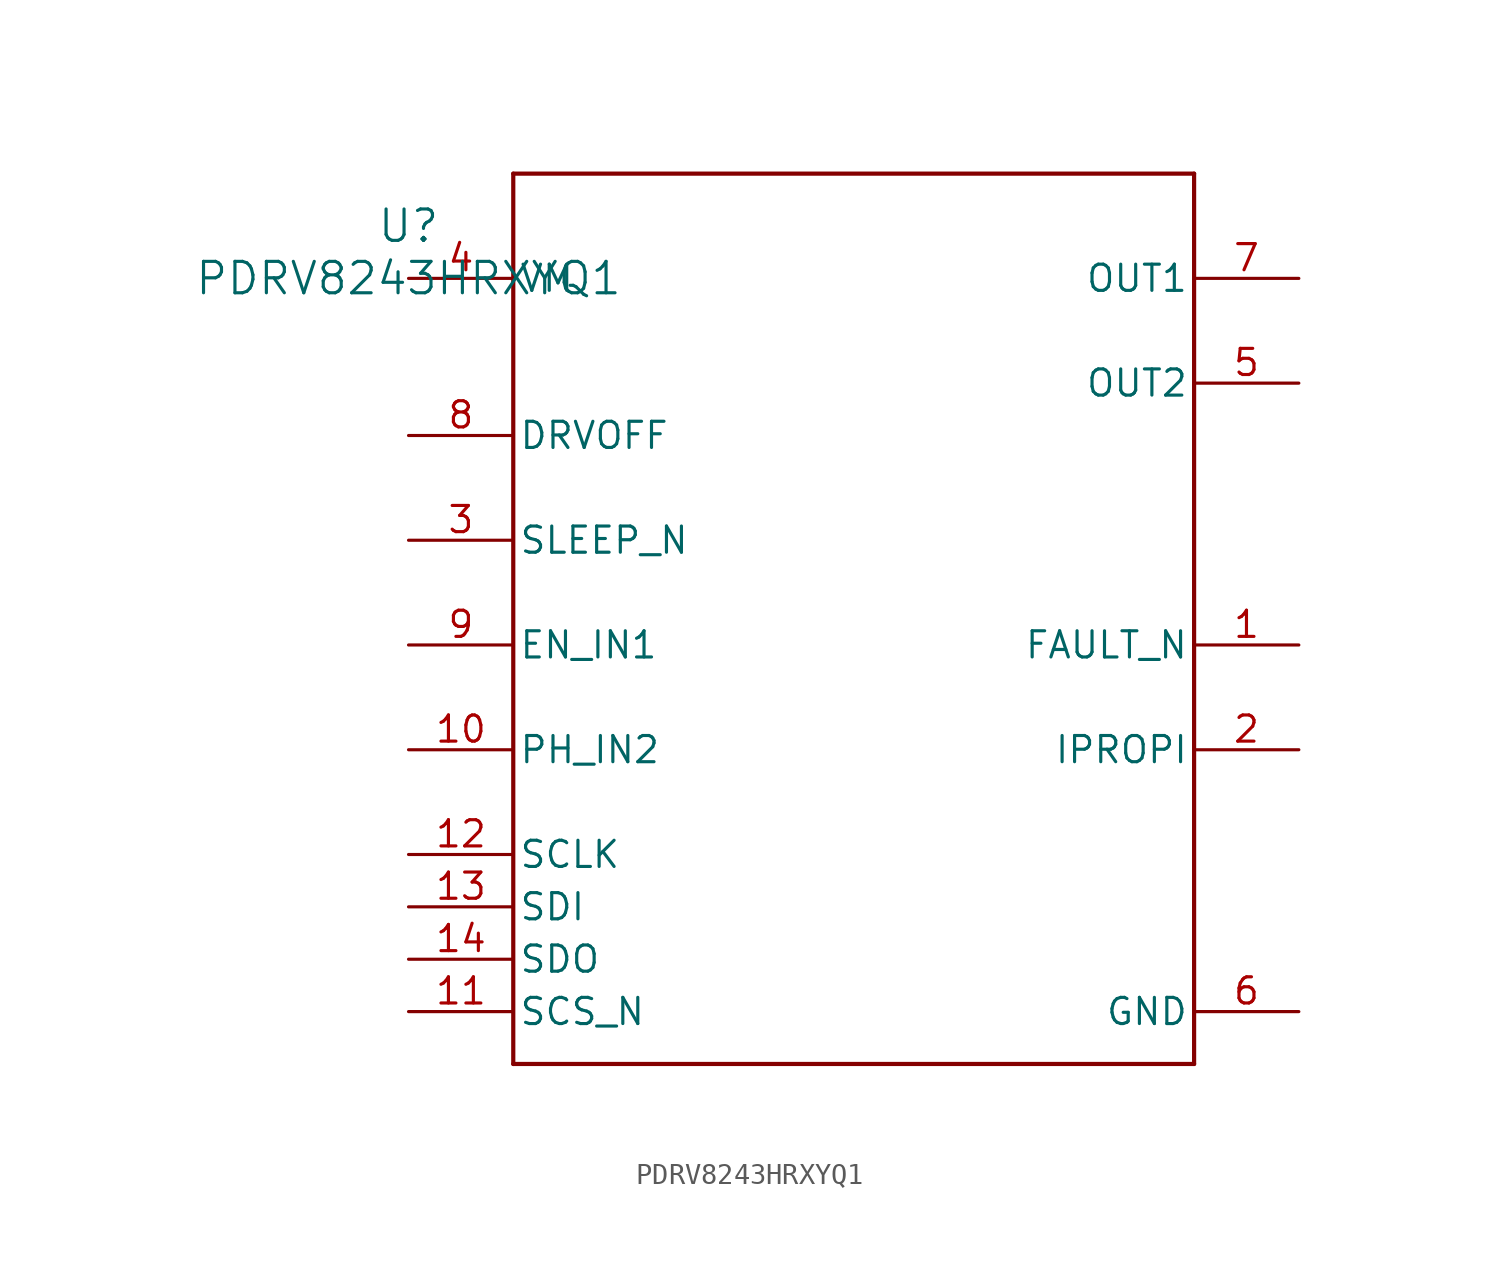
<source format=kicad_sym>
(kicad_symbol_lib
  (version 20211014)
  (generator kicad_symbol_editor)
  (symbol "PDRV8243HRXYQ1"
    (pin_names
      (offset 0.254))
    (property "Reference" "U"
      (at 0 2.54 0)
      (effects (font (size 1.524 1.524))))
    (property "Value" "PDRV8243HRXYQ1"
      (at 0 0 0)
      (effects (font (size 1.524 1.524))))
    (symbol "PDRV8243HRXYQ1_0_1"
      (polyline (pts (xy 5.08 -38.1) (xy 38.1 -38.1)) (stroke (width 0.203) (type default) (color 0 0 0 0)) (fill (type none)))
      (polyline (pts (xy 38.1 -38.1) (xy 38.1 5.08)) (stroke (width 0.203) (type default) (color 0 0 0 0)) (fill (type none)))
      (polyline (pts (xy 38.1 5.08) (xy 5.08 5.08)) (stroke (width 0.203) (type default) (color 0 0 0 0)) (fill (type none)))
      (polyline (pts (xy 5.08 5.08) (xy 5.08 -38.1)) (stroke (width 0.203) (type default) (color 0 0 0 0)) (fill (type none)))
      (pin open_collector line (at 43.18 -17.78 180) (length 5.08) (name "FAULT_N" (effects (font (size 1.27 1.27)))) (number "1" (effects (font (size 1.27 1.27)))))
      (pin bidirectional line (at 43.18 -22.86 180) (length 5.08) (name "IPROPI" (effects (font (size 1.27 1.27)))) (number "2" (effects (font (size 1.27 1.27)))))
      (pin input line (at 0 -12.7 0) (length 5.08) (name "SLEEP_N" (effects (font (size 1.27 1.27)))) (number "3" (effects (font (size 1.27 1.27)))))
      (pin power_in line (at 0 0 0) (length 5.08) (name "VM" (effects (font (size 1.27 1.27)))) (number "4" (effects (font (size 1.27 1.27)))))
      (pin unspecified line (at 43.18 -5.08 180) (length 5.08) (name "OUT2" (effects (font (size 1.27 1.27)))) (number "5" (effects (font (size 1.27 1.27)))))
      (pin power_in line (at 43.18 -35.56 180) (length 5.08) (name "GND" (effects (font (size 1.27 1.27)))) (number "6" (effects (font (size 1.27 1.27)))))
      (pin unspecified line (at 43.18 0 180) (length 5.08) (name "OUT1" (effects (font (size 1.27 1.27)))) (number "7" (effects (font (size 1.27 1.27)))))
      (pin input line (at 0 -7.62 0) (length 5.08) (name "DRVOFF" (effects (font (size 1.27 1.27)))) (number "8" (effects (font (size 1.27 1.27)))))
      (pin input line (at 0 -17.78 0) (length 5.08) (name "EN_IN1" (effects (font (size 1.27 1.27)))) (number "9" (effects (font (size 1.27 1.27)))))
      (pin input line (at 0 -22.86 0) (length 5.08) (name "PH_IN2" (effects (font (size 1.27 1.27)))) (number "10" (effects (font (size 1.27 1.27)))))
      (pin input line (at 0 -35.56 0) (length 5.08) (name "SCS_N" (effects (font (size 1.27 1.27)))) (number "11" (effects (font (size 1.27 1.27)))))
      (pin input line (at 0 -27.94 0) (length 5.08) (name "SCLK" (effects (font (size 1.27 1.27)))) (number "12" (effects (font (size 1.27 1.27)))))
      (pin input line (at 0 -30.48 0) (length 5.08) (name "SDI" (effects (font (size 1.27 1.27)))) (number "13" (effects (font (size 1.27 1.27)))))
      (pin output line (at 0 -33.02 0) (length 5.08) (name "SDO" (effects (font (size 1.27 1.27)))) (number "14" (effects (font (size 1.27 1.27))))))))
</source>
